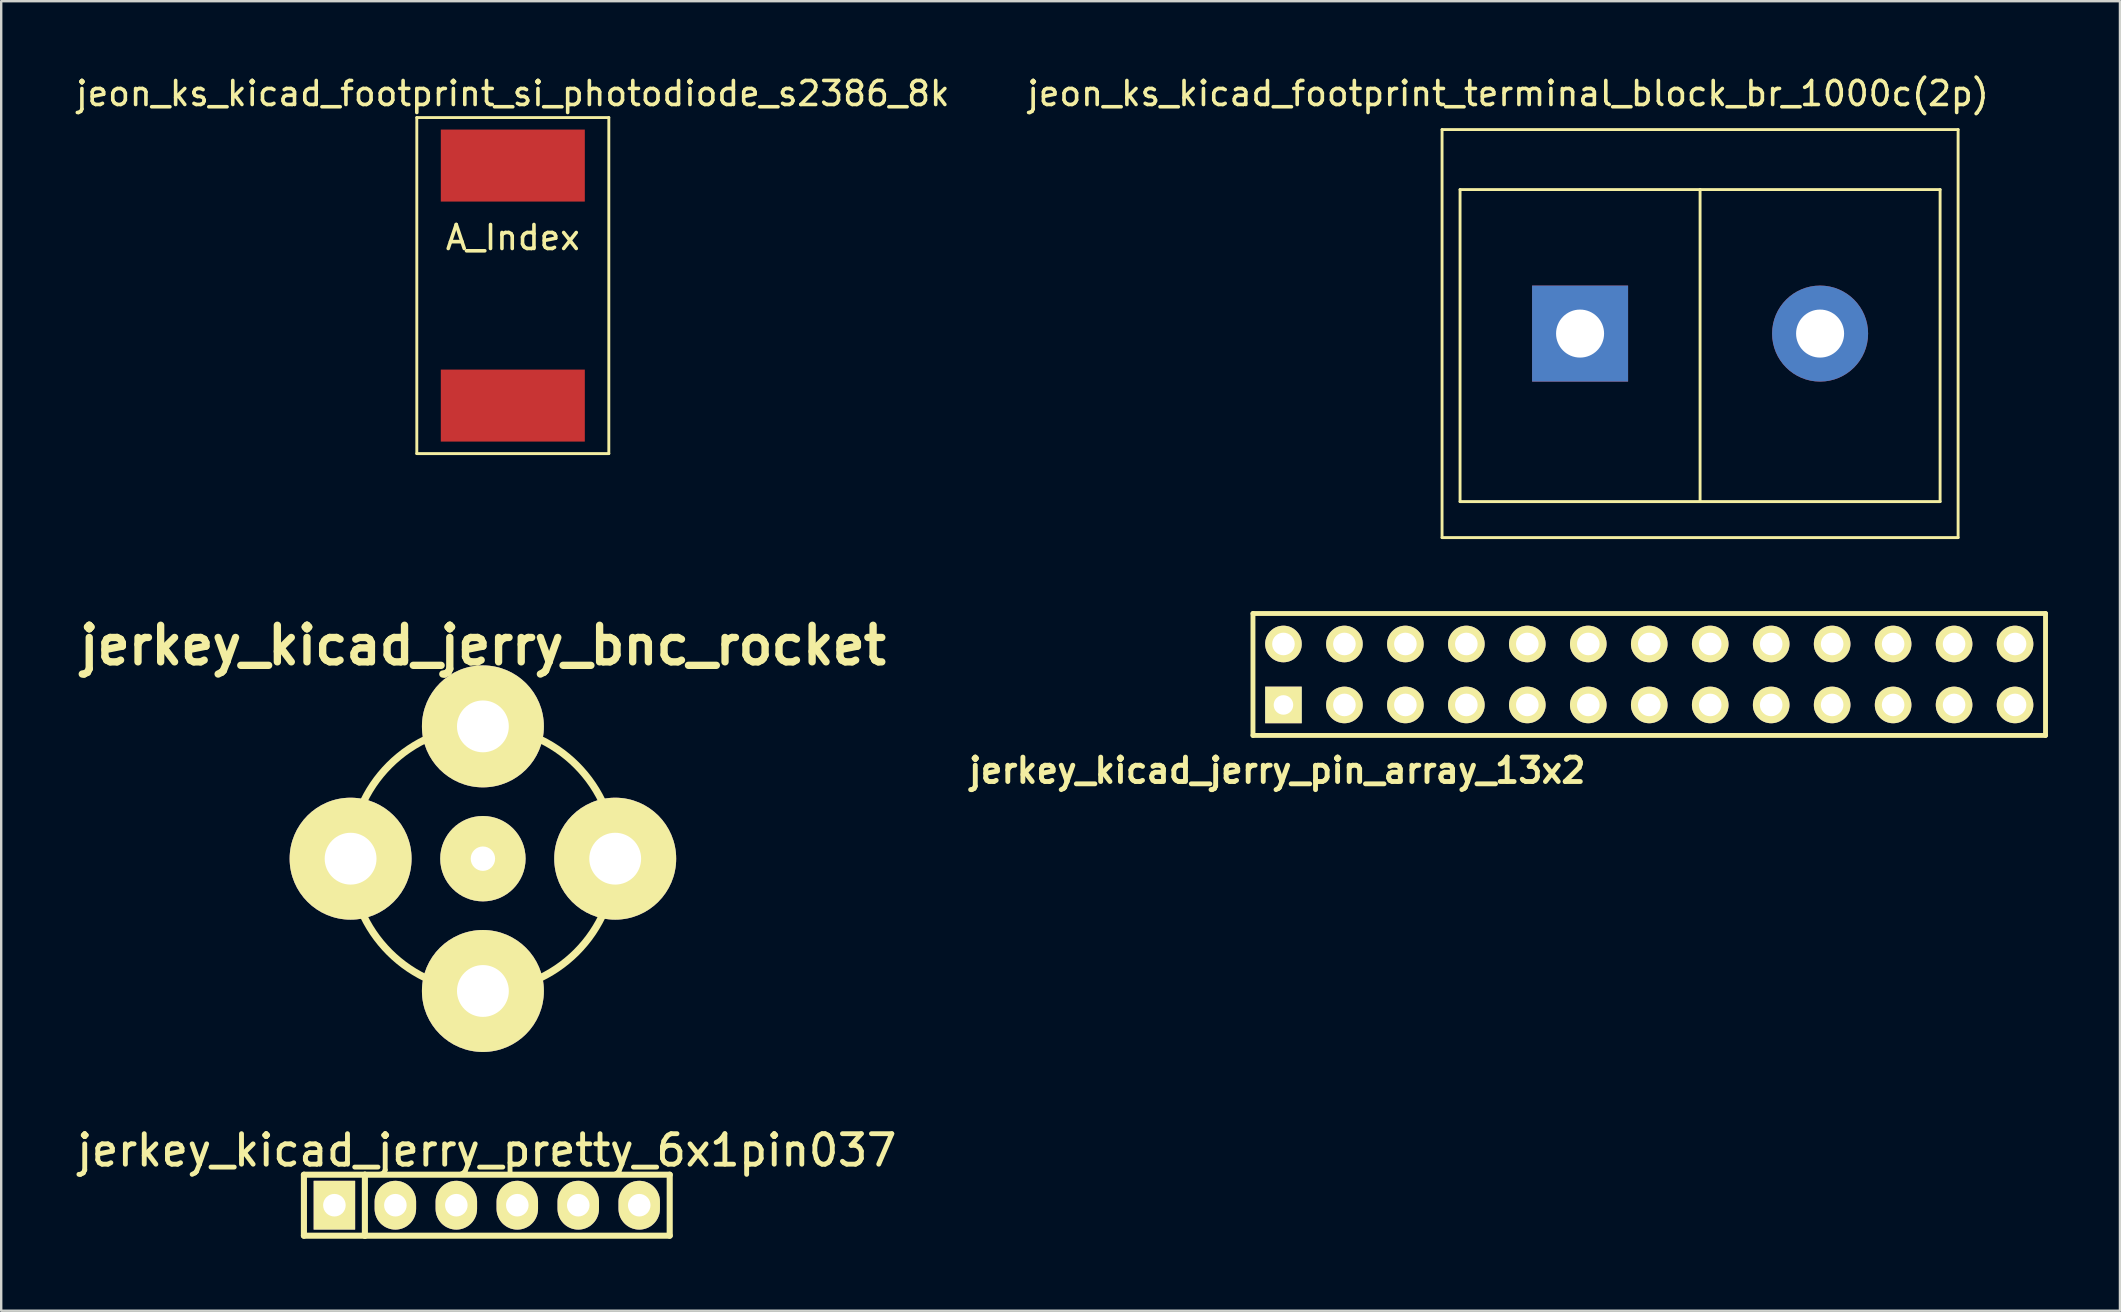
<source format=kicad_pcb>
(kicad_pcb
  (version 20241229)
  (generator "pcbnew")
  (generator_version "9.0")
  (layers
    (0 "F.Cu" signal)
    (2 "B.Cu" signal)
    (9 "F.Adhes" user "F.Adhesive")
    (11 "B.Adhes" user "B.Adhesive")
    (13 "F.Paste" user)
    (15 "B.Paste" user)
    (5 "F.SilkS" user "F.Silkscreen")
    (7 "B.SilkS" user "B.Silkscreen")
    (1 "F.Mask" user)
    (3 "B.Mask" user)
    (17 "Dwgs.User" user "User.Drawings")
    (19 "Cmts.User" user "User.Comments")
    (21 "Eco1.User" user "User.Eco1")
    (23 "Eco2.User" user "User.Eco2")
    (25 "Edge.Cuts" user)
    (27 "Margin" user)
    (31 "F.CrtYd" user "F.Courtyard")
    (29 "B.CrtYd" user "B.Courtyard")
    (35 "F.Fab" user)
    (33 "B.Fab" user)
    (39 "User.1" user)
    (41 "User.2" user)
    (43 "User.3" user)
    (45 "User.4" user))
  (footprint "jeon_ks_kicad_footprint_si_photodiode_s2386_8k"
    (layer "F.Cu")
    (at 18.315 8.848)
    (property "Reference" "jeon_ks_kicad_footprint_si_photodiode_s2386_8k" (at 0 -8 0) (layer "F.SilkS") (effects (font (size 1 1) (thickness 0.15))))
    (attr through_hole)
    (fp_line (start -4 -7) (end 4 -7) (stroke (width 0.12) (type solid)) (layer "F.SilkS"))
    (fp_line (start -4 7) (end -4 -7) (stroke (width 0.12) (type solid)) (layer "F.SilkS"))
    (fp_line (start 4 -7) (end 4 7) (stroke (width 0.12) (type solid)) (layer "F.SilkS"))
    (fp_line (start 4 7) (end -4 7) (stroke (width 0.12) (type solid)) (layer "F.SilkS"))
    (fp_text user "A_Index" (at 0 -2 0) (layer "F.SilkS") (effects (font (size 1 1) (thickness 0.15))))
    (pad "1" smd rect (at 0 -5) (size 6 3) (layers "F.Cu" "F.Mask" "F.Paste"))
    (pad "2" smd rect (at 0 5) (size 6 3) (layers "F.Cu" "F.Mask" "F.Paste")))
  (footprint "jerkey_kicad_jerry_pin_array_13x2"
    (layer "F.Cu")
    (at 65.662 25.05)
    (property "Reference" "jerkey_kicad_jerry_pin_array_13x2" (at -15.5 4 0) (layer "F.SilkS") (effects (font (size 1.016 1.016) (thickness 0.203))))
    (attr through_hole)
    (fp_line (start -16.51 -2.54) (end -16.51 2.54) (stroke (width 0.203) (type solid)) (layer "F.SilkS"))
    (fp_line (start -16.51 2.54) (end 16.51 2.54) (stroke (width 0.203) (type solid)) (layer "F.SilkS"))
    (fp_line (start 16.51 -2.54) (end -16.51 -2.54) (stroke (width 0.203) (type solid)) (layer "F.SilkS"))
    (fp_line (start 16.51 2.54) (end 16.51 -2.54) (stroke (width 0.203) (type solid)) (layer "F.SilkS"))
    (pad "1" thru_hole rect (at -15.24 1.27) (size 1.524 1.524) (drill 0.813) (layers "*.Cu" "*.Mask" "F.SilkS"))
    (pad "2" thru_hole circle (at -15.24 -1.27) (size 1.524 1.524) (drill 0.94) (layers "*.Cu" "*.Mask" "F.SilkS"))
    (pad "3" thru_hole circle (at -12.7 1.27) (size 1.524 1.524) (drill 0.94) (layers "*.Cu" "*.Mask" "F.SilkS"))
    (pad "4" thru_hole circle (at -12.7 -1.27) (size 1.524 1.524) (drill 0.94) (layers "*.Cu" "*.Mask" "F.SilkS"))
    (pad "5" thru_hole circle (at -10.16 1.27) (size 1.524 1.524) (drill 0.94) (layers "*.Cu" "*.Mask" "F.SilkS"))
    (pad "6" thru_hole circle (at -10.16 -1.27) (size 1.524 1.524) (drill 0.94) (layers "*.Cu" "*.Mask" "F.SilkS"))
    (pad "7" thru_hole circle (at -7.62 1.27) (size 1.524 1.524) (drill 0.94) (layers "*.Cu" "*.Mask" "F.SilkS"))
    (pad "8" thru_hole circle (at -7.62 -1.27) (size 1.524 1.524) (drill 0.94) (layers "*.Cu" "*.Mask" "F.SilkS"))
    (pad "9" thru_hole circle (at -5.08 1.27) (size 1.524 1.524) (drill 0.94) (layers "*.Cu" "*.Mask" "F.SilkS"))
    (pad "10" thru_hole circle (at -5.08 -1.27) (size 1.524 1.524) (drill 0.94) (layers "*.Cu" "*.Mask" "F.SilkS"))
    (pad "11" thru_hole circle (at -2.54 1.27) (size 1.524 1.524) (drill 0.94) (layers "*.Cu" "*.Mask" "F.SilkS"))
    (pad "12" thru_hole circle (at -2.54 -1.27) (size 1.524 1.524) (drill 0.94) (layers "*.Cu" "*.Mask" "F.SilkS"))
    (pad "13" thru_hole circle (at 0 1.27) (size 1.524 1.524) (drill 0.94) (layers "*.Cu" "*.Mask" "F.SilkS"))
    (pad "14" thru_hole circle (at 0 -1.27) (size 1.524 1.524) (drill 0.94) (layers "*.Cu" "*.Mask" "F.SilkS"))
    (pad "15" thru_hole circle (at 2.54 1.27) (size 1.524 1.524) (drill 0.94) (layers "*.Cu" "*.Mask" "F.SilkS"))
    (pad "16" thru_hole circle (at 2.54 -1.27) (size 1.524 1.524) (drill 0.94) (layers "*.Cu" "*.Mask" "F.SilkS"))
    (pad "17" thru_hole circle (at 5.08 1.27) (size 1.524 1.524) (drill 0.94) (layers "*.Cu" "*.Mask" "F.SilkS"))
    (pad "18" thru_hole circle (at 5.08 -1.27) (size 1.524 1.524) (drill 0.94) (layers "*.Cu" "*.Mask" "F.SilkS"))
    (pad "19" thru_hole circle (at 7.62 1.27) (size 1.524 1.524) (drill 0.94) (layers "*.Cu" "*.Mask" "F.SilkS"))
    (pad "20" thru_hole circle (at 7.62 -1.27) (size 1.524 1.524) (drill 0.94) (layers "*.Cu" "*.Mask" "F.SilkS"))
    (pad "21" thru_hole circle (at 10.16 1.27) (size 1.524 1.524) (drill 0.94) (layers "*.Cu" "*.Mask" "F.SilkS"))
    (pad "22" thru_hole circle (at 10.16 -1.27) (size 1.524 1.524) (drill 0.94) (layers "*.Cu" "*.Mask" "F.SilkS"))
    (pad "23" thru_hole circle (at 12.7 1.27) (size 1.524 1.524) (drill 0.94) (layers "*.Cu" "*.Mask" "F.SilkS"))
    (pad "24" thru_hole circle (at 12.7 -1.27) (size 1.524 1.524) (drill 0.94) (layers "*.Cu" "*.Mask" "F.SilkS"))
    (pad "25" thru_hole circle (at 15.24 1.27) (size 1.524 1.524) (drill 0.94) (layers "*.Cu" "*.Mask" "F.SilkS"))
    (pad "26" thru_hole circle (at 15.24 -1.27) (size 1.524 1.524) (drill 0.94) (layers "*.Cu" "*.Mask" "F.SilkS")))
  (footprint "jeon_ks_kicad_footprint_terminal_block_br_1000c(2p)"
    (layer "F.Cu")
    (at 62.78 10.848)
    (property "Reference" "jeon_ks_kicad_footprint_terminal_block_br_1000c(2p)" (at -3 -10 0) (layer "F.SilkS") (effects (font (size 1 1) (thickness 0.15))))
    (attr through_hole)
    (fp_line (start -5.75 -8.5) (end 15.75 -8.5) (stroke (width 0.12) (type solid)) (layer "F.SilkS"))
    (fp_line (start -5.75 8.5) (end -5.75 -8.5) (stroke (width 0.12) (type solid)) (layer "F.SilkS"))
    (fp_line (start -5.75 8.5) (end 15.75 8.5) (stroke (width 0.12) (type solid)) (layer "F.SilkS"))
    (fp_line (start -5 -6) (end -5 7) (stroke (width 0.12) (type solid)) (layer "F.SilkS"))
    (fp_line (start -5 7) (end 15 7) (stroke (width 0.12) (type solid)) (layer "F.SilkS"))
    (fp_line (start 5 -6) (end -5 -6) (stroke (width 0.12) (type solid)) (layer "F.SilkS"))
    (fp_line (start 5 -6) (end 5 7) (stroke (width 0.12) (type solid)) (layer "F.SilkS"))
    (fp_line (start 15 -6) (end 5 -6) (stroke (width 0.12) (type solid)) (layer "F.SilkS"))
    (fp_line (start 15 7) (end 15 -6) (stroke (width 0.12) (type solid)) (layer "F.SilkS"))
    (fp_line (start 15.75 8.5) (end 15.75 -8.5) (stroke (width 0.12) (type solid)) (layer "F.SilkS"))
    (pad "1" thru_hole rect (at 0 0) (size 4 4) (drill 2) (layers "*.Cu" "*.Mask"))
    (pad "2" thru_hole circle (at 10 0) (size 4 4) (drill 2) (layers "*.Cu" "*.Mask")))
  (footprint "jerkey_kicad_jerry_pretty_6x1pin037"
    (layer "F.Cu")
    (at 17.232 47.162)
    (property "Reference" "jerkey_kicad_jerry_pretty_6x1pin037" (at 0 -2.286 0) (layer "F.SilkS") (effects (font (size 1.27 1.27) (thickness 0.203))))
    (attr through_hole)
    (fp_line (start -7.62 -1.27) (end -7.62 1.27) (stroke (width 0.254) (type solid)) (layer "F.SilkS"))
    (fp_line (start -7.62 -1.27) (end -5.08 -1.27) (stroke (width 0.254) (type solid)) (layer "F.SilkS"))
    (fp_line (start -7.62 1.27) (end -5.08 1.27) (stroke (width 0.254) (type solid)) (layer "F.SilkS"))
    (fp_line (start -5.08 -1.27) (end -5.08 1.27) (stroke (width 0.254) (type solid)) (layer "F.SilkS"))
    (fp_line (start -5.08 -1.27) (end 7.62 -1.27) (stroke (width 0.254) (type solid)) (layer "F.SilkS"))
    (fp_line (start 7.62 -1.27) (end 7.62 1.27) (stroke (width 0.254) (type solid)) (layer "F.SilkS"))
    (fp_line (start 7.62 1.27) (end -5.08 1.27) (stroke (width 0.254) (type solid)) (layer "F.SilkS"))
    (pad "1" thru_hole rect (at -6.35 0) (size 1.727 2.032) (drill 0.94) (layers "*.Cu" "*.Mask" "F.SilkS"))
    (pad "2" thru_hole oval (at -3.81 0) (size 1.727 2.032) (drill 0.94) (layers "*.Cu" "*.Mask" "F.SilkS"))
    (pad "3" thru_hole oval (at -1.27 0) (size 1.727 2.032) (drill 0.94) (layers "*.Cu" "*.Mask" "F.SilkS"))
    (pad "4" thru_hole oval (at 1.27 0) (size 1.727 2.032) (drill 0.94) (layers "*.Cu" "*.Mask" "F.SilkS"))
    (pad "5" thru_hole oval (at 3.81 0) (size 1.727 2.032) (drill 0.94) (layers "*.Cu" "*.Mask" "F.SilkS"))
    (pad "6" thru_hole oval (at 6.35 0) (size 1.727 2.032) (drill 0.94) (layers "*.Cu" "*.Mask" "F.SilkS")))
  (footprint "jerkey_kicad_jerry_bnc_rocket"
    (layer "F.Cu")
    (at 17.069 32.725)
    (property "Reference" "jerkey_kicad_jerry_bnc_rocket" (at 0 -8.89 0) (layer "F.SilkS") (effects (font (size 1.524 1.524) (thickness 0.305))))
    (attr through_hole)
    (fp_circle (center 0 0) (end -5.512 0) (stroke (width 0.305) (type solid)) (fill no) (layer "F.SilkS"))
    (pad "1" thru_hole circle (at 0 0) (size 3.556 3.556) (drill 1.016) (layers "*.Cu" "*.Mask" "F.SilkS"))
    (pad "2" thru_hole circle (at -5.512 0) (size 5.08 5.08) (drill 2.159) (layers "*.Cu" "*.Mask" "F.SilkS"))
    (pad "2" thru_hole circle (at 0 -5.512) (size 5.08 5.08) (drill 2.159) (layers "*.Cu" "*.Mask" "F.SilkS"))
    (pad "2" thru_hole circle (at 0 5.512) (size 5.08 5.08) (drill 2.159) (layers "*.Cu" "*.Mask" "F.SilkS"))
    (pad "2" thru_hole circle (at 5.512 0) (size 5.08 5.08) (drill 2.159) (layers "*.Cu" "*.Mask" "F.SilkS")))
  (gr_rect
    (start -3 -3)
    (end 85.273 51.559)
    (stroke (width 0.1) (type default))
    (fill no)
    (layer "Edge.Cuts")))
</source>
